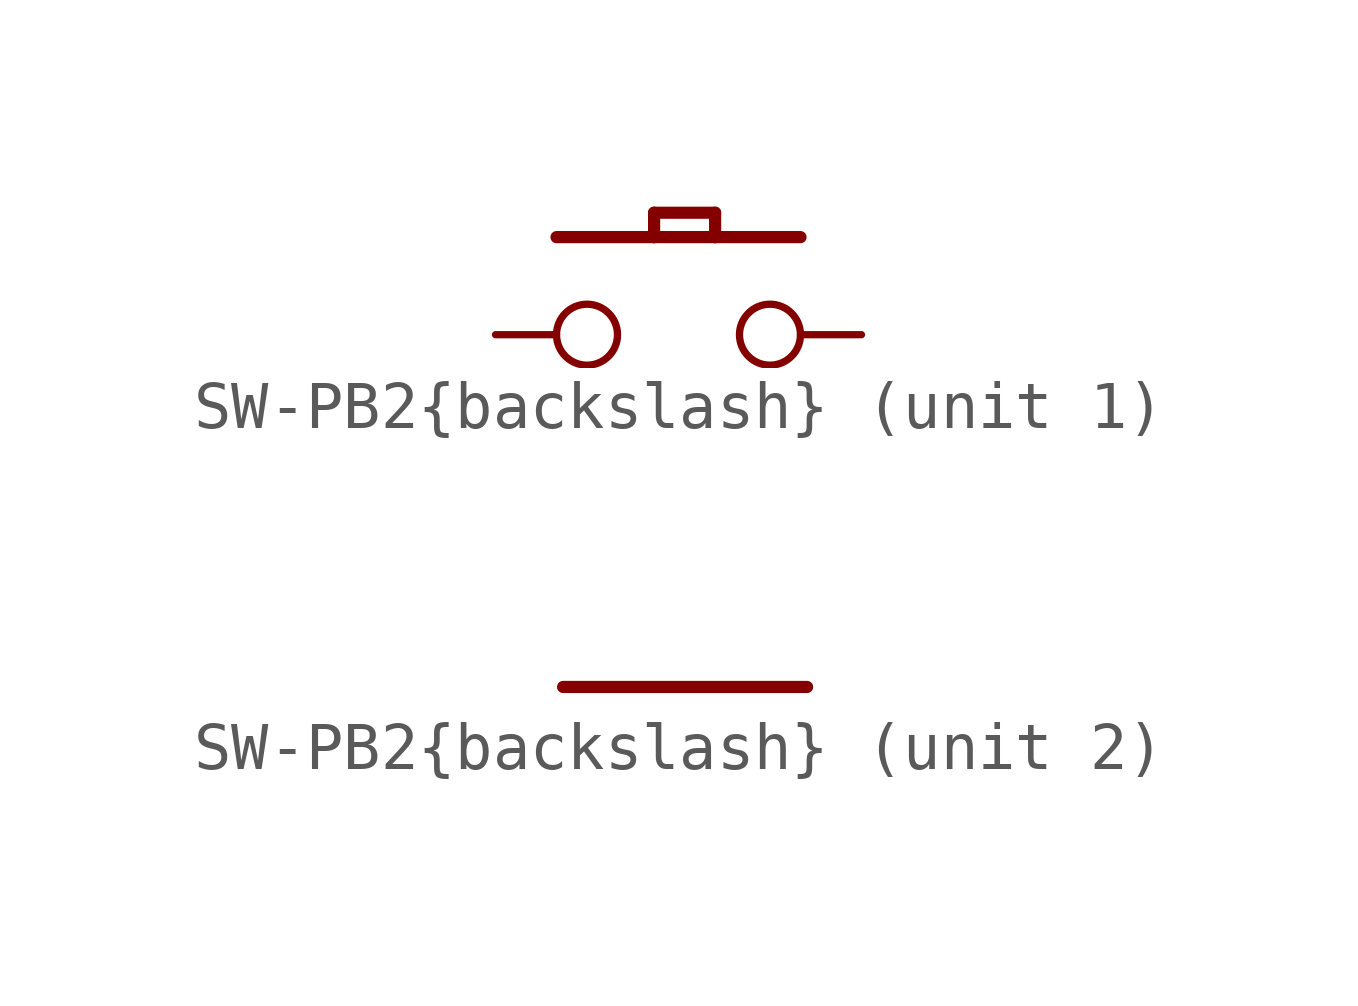
<source format=kicad_sym>
(kicad_symbol_lib
  (version 20211014)
  (generator kicad_symbol_editor)
  (symbol "SW-PB2{backslash}"
    (property "Reference" "SW"
      (at -5.08 -3.81 0)
      (effects (font (size 1.778 1.511)) (justify left bottom) hide))
    (property "ki_locked" ""
      (at 0 0 0)
      (effects (font (size 1.27 1.27))))
    (symbol "SW-PB2{backslash}_1_0"
      (polyline (pts (xy -3.81 2.032) (xy -1.778 2.032)) (stroke (width 0.254) (type default) (color 0 0 0 0)) (fill (type none)))
      (polyline (pts (xy -1.778 2.032) (xy -1.778 2.54)) (stroke (width 0.254) (type default) (color 0 0 0 0)) (fill (type none)))
      (polyline (pts (xy -1.778 2.032) (xy -0.508 2.032)) (stroke (width 0.254) (type default) (color 0 0 0 0)) (fill (type none)))
      (polyline (pts (xy -1.778 2.54) (xy -0.508 2.54)) (stroke (width 0.254) (type default) (color 0 0 0 0)) (fill (type none)))
      (polyline (pts (xy -0.508 2.032) (xy 1.27 2.032)) (stroke (width 0.254) (type default) (color 0 0 0 0)) (fill (type none)))
      (polyline (pts (xy -0.508 2.54) (xy -0.508 2.032)) (stroke (width 0.254) (type default) (color 0 0 0 0)) (fill (type none)))
      (pin passive inverted (at -5.08 0 0) (length 2.54) (name "P$1" (effects (font (size 0 0)))) (number "1" (effects (font (size 0 0)))))
      (pin passive inverted (at 2.54 0 180) (length 2.54) (name "P$2" (effects (font (size 0 0)))) (number "4" (effects (font (size 0 0))))))
    (symbol "SW-PB2{backslash}_2_0"
      (polyline (pts (xy -2.54 0) (xy 2.54 0)) (stroke (width 0.254) (type default) (color 0 0 0 0)) (fill (type none)))
      (pin power_in line (at -2.54 0 0) (length 0) (name "GND" (effects (font (size 0 0)))) (number "5" (effects (font (size 0 0))))))))
</source>
